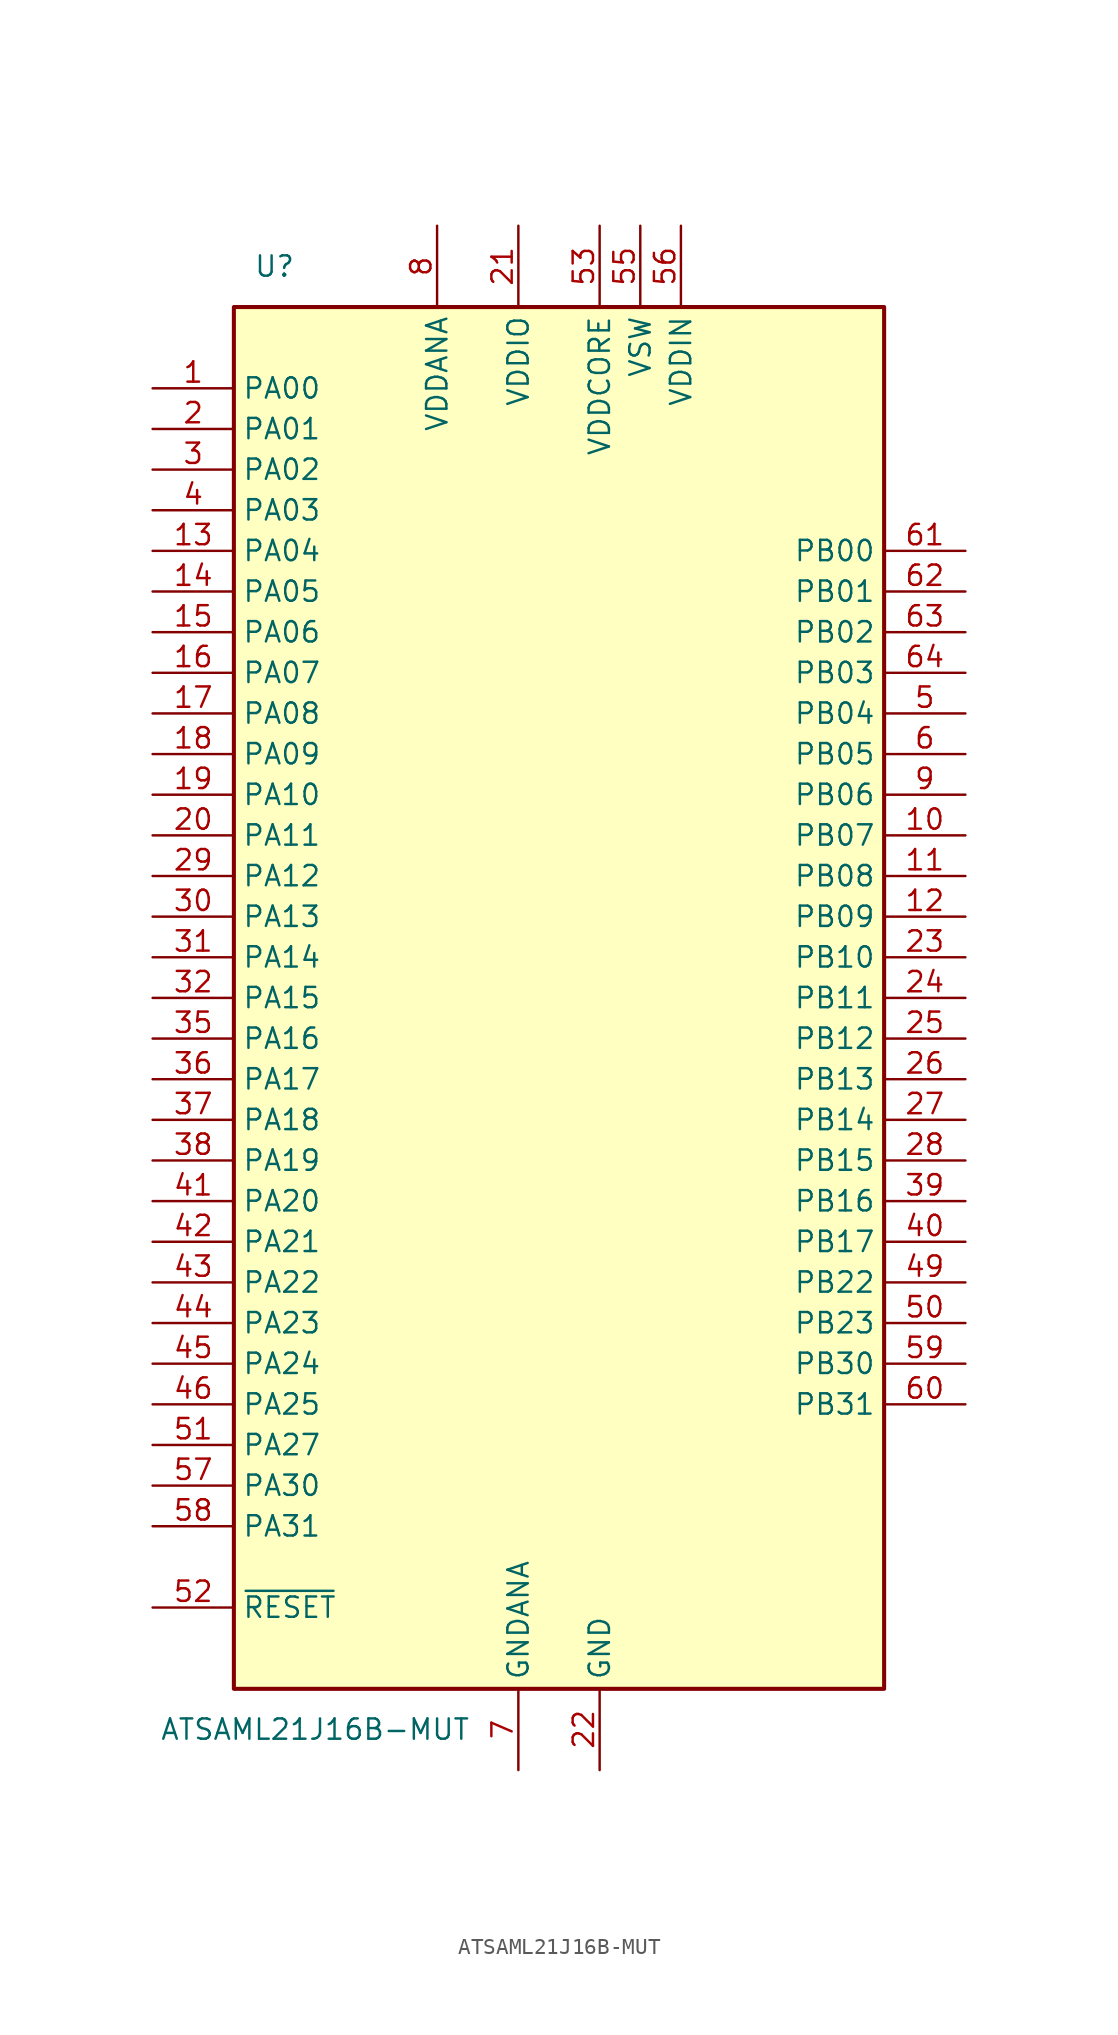
<source format=kicad_sym>
(kicad_symbol_lib
  (version 20201005)
  (generator kicad_symbol_editor)
  (symbol "MCU_Microchip_SAML:ATSAML21J16B-MUT"
    (property "Reference" "U"
      (at -17.78 45.72 0)
      (effects (font (size 1.27 1.27))))
    (property "Value" "ATSAML21J16B-MUT"
      (at -15.24 -45.72 0)
      (effects (font (size 1.27 1.27))))
    (symbol "ATSAML21J16B-MUT_0_1"
      (rectangle (start -20.32 43.18) (end 20.32 -43.18) (stroke (width 0.254)) (fill (type background))))
    (symbol "ATSAML21J16B-MUT_1_1"
      (pin bidirectional line (at -25.4 38.1 0) (length 5.08) (name "PA00" (effects (font (size 1.27 1.27)))) (number "1" (effects (font (size 1.27 1.27)))))
      (pin bidirectional line (at 25.4 10.16 180) (length 5.08) (name "PB07" (effects (font (size 1.27 1.27)))) (number "10" (effects (font (size 1.27 1.27)))))
      (pin bidirectional line (at 25.4 7.62 180) (length 5.08) (name "PB08" (effects (font (size 1.27 1.27)))) (number "11" (effects (font (size 1.27 1.27)))))
      (pin bidirectional line (at 25.4 5.08 180) (length 5.08) (name "PB09" (effects (font (size 1.27 1.27)))) (number "12" (effects (font (size 1.27 1.27)))))
      (pin bidirectional line (at -25.4 27.94 0) (length 5.08) (name "PA04" (effects (font (size 1.27 1.27)))) (number "13" (effects (font (size 1.27 1.27)))))
      (pin bidirectional line (at -25.4 25.4 0) (length 5.08) (name "PA05" (effects (font (size 1.27 1.27)))) (number "14" (effects (font (size 1.27 1.27)))))
      (pin bidirectional line (at -25.4 22.86 0) (length 5.08) (name "PA06" (effects (font (size 1.27 1.27)))) (number "15" (effects (font (size 1.27 1.27)))))
      (pin bidirectional line (at -25.4 20.32 0) (length 5.08) (name "PA07" (effects (font (size 1.27 1.27)))) (number "16" (effects (font (size 1.27 1.27)))))
      (pin bidirectional line (at -25.4 17.78 0) (length 5.08) (name "PA08" (effects (font (size 1.27 1.27)))) (number "17" (effects (font (size 1.27 1.27)))))
      (pin bidirectional line (at -25.4 15.24 0) (length 5.08) (name "PA09" (effects (font (size 1.27 1.27)))) (number "18" (effects (font (size 1.27 1.27)))))
      (pin bidirectional line (at -25.4 12.7 0) (length 5.08) (name "PA10" (effects (font (size 1.27 1.27)))) (number "19" (effects (font (size 1.27 1.27)))))
      (pin bidirectional line (at -25.4 35.56 0) (length 5.08) (name "PA01" (effects (font (size 1.27 1.27)))) (number "2" (effects (font (size 1.27 1.27)))))
      (pin bidirectional line (at -25.4 10.16 0) (length 5.08) (name "PA11" (effects (font (size 1.27 1.27)))) (number "20" (effects (font (size 1.27 1.27)))))
      (pin power_in line (at -2.54 48.26 270) (length 5.08) (name "VDDIO" (effects (font (size 1.27 1.27)))) (number "21" (effects (font (size 1.27 1.27)))))
      (pin power_in line (at 2.54 -48.26 90) (length 5.08) (name "GND" (effects (font (size 1.27 1.27)))) (number "22" (effects (font (size 1.27 1.27)))))
      (pin bidirectional line (at 25.4 2.54 180) (length 5.08) (name "PB10" (effects (font (size 1.27 1.27)))) (number "23" (effects (font (size 1.27 1.27)))))
      (pin bidirectional line (at 25.4 0 180) (length 5.08) (name "PB11" (effects (font (size 1.27 1.27)))) (number "24" (effects (font (size 1.27 1.27)))))
      (pin bidirectional line (at 25.4 -2.54 180) (length 5.08) (name "PB12" (effects (font (size 1.27 1.27)))) (number "25" (effects (font (size 1.27 1.27)))))
      (pin bidirectional line (at 25.4 -5.08 180) (length 5.08) (name "PB13" (effects (font (size 1.27 1.27)))) (number "26" (effects (font (size 1.27 1.27)))))
      (pin bidirectional line (at 25.4 -7.62 180) (length 5.08) (name "PB14" (effects (font (size 1.27 1.27)))) (number "27" (effects (font (size 1.27 1.27)))))
      (pin bidirectional line (at 25.4 -10.16 180) (length 5.08) (name "PB15" (effects (font (size 1.27 1.27)))) (number "28" (effects (font (size 1.27 1.27)))))
      (pin bidirectional line (at -25.4 7.62 0) (length 5.08) (name "PA12" (effects (font (size 1.27 1.27)))) (number "29" (effects (font (size 1.27 1.27)))))
      (pin bidirectional line (at -25.4 33.02 0) (length 5.08) (name "PA02" (effects (font (size 1.27 1.27)))) (number "3" (effects (font (size 1.27 1.27)))))
      (pin bidirectional line (at -25.4 5.08 0) (length 5.08) (name "PA13" (effects (font (size 1.27 1.27)))) (number "30" (effects (font (size 1.27 1.27)))))
      (pin bidirectional line (at -25.4 2.54 0) (length 5.08) (name "PA14" (effects (font (size 1.27 1.27)))) (number "31" (effects (font (size 1.27 1.27)))))
      (pin bidirectional line (at -25.4 0 0) (length 5.08) (name "PA15" (effects (font (size 1.27 1.27)))) (number "32" (effects (font (size 1.27 1.27)))))
      (pin passive line (at 2.54 -48.26 90) (length 5.08) hide (name "GND" (effects (font (size 1.27 1.27)))) (number "33" (effects (font (size 1.27 1.27)))))
      (pin passive line (at -2.54 48.26 270) (length 5.08) hide (name "VDDIO" (effects (font (size 1.27 1.27)))) (number "34" (effects (font (size 1.27 1.27)))))
      (pin bidirectional line (at -25.4 -2.54 0) (length 5.08) (name "PA16" (effects (font (size 1.27 1.27)))) (number "35" (effects (font (size 1.27 1.27)))))
      (pin bidirectional line (at -25.4 -5.08 0) (length 5.08) (name "PA17" (effects (font (size 1.27 1.27)))) (number "36" (effects (font (size 1.27 1.27)))))
      (pin bidirectional line (at -25.4 -7.62 0) (length 5.08) (name "PA18" (effects (font (size 1.27 1.27)))) (number "37" (effects (font (size 1.27 1.27)))))
      (pin bidirectional line (at -25.4 -10.16 0) (length 5.08) (name "PA19" (effects (font (size 1.27 1.27)))) (number "38" (effects (font (size 1.27 1.27)))))
      (pin bidirectional line (at 25.4 -12.7 180) (length 5.08) (name "PB16" (effects (font (size 1.27 1.27)))) (number "39" (effects (font (size 1.27 1.27)))))
      (pin bidirectional line (at -25.4 30.48 0) (length 5.08) (name "PA03" (effects (font (size 1.27 1.27)))) (number "4" (effects (font (size 1.27 1.27)))))
      (pin bidirectional line (at 25.4 -15.24 180) (length 5.08) (name "PB17" (effects (font (size 1.27 1.27)))) (number "40" (effects (font (size 1.27 1.27)))))
      (pin bidirectional line (at -25.4 -12.7 0) (length 5.08) (name "PA20" (effects (font (size 1.27 1.27)))) (number "41" (effects (font (size 1.27 1.27)))))
      (pin bidirectional line (at -25.4 -15.24 0) (length 5.08) (name "PA21" (effects (font (size 1.27 1.27)))) (number "42" (effects (font (size 1.27 1.27)))))
      (pin bidirectional line (at -25.4 -17.78 0) (length 5.08) (name "PA22" (effects (font (size 1.27 1.27)))) (number "43" (effects (font (size 1.27 1.27)))))
      (pin bidirectional line (at -25.4 -20.32 0) (length 5.08) (name "PA23" (effects (font (size 1.27 1.27)))) (number "44" (effects (font (size 1.27 1.27)))))
      (pin bidirectional line (at -25.4 -22.86 0) (length 5.08) (name "PA24" (effects (font (size 1.27 1.27)))) (number "45" (effects (font (size 1.27 1.27)))))
      (pin bidirectional line (at -25.4 -25.4 0) (length 5.08) (name "PA25" (effects (font (size 1.27 1.27)))) (number "46" (effects (font (size 1.27 1.27)))))
      (pin passive line (at 2.54 -48.26 90) (length 5.08) hide (name "GND" (effects (font (size 1.27 1.27)))) (number "47" (effects (font (size 1.27 1.27)))))
      (pin passive line (at -2.54 48.26 270) (length 5.08) hide (name "VDDIO" (effects (font (size 1.27 1.27)))) (number "48" (effects (font (size 1.27 1.27)))))
      (pin bidirectional line (at 25.4 -17.78 180) (length 5.08) (name "PB22" (effects (font (size 1.27 1.27)))) (number "49" (effects (font (size 1.27 1.27)))))
      (pin bidirectional line (at 25.4 17.78 180) (length 5.08) (name "PB04" (effects (font (size 1.27 1.27)))) (number "5" (effects (font (size 1.27 1.27)))))
      (pin bidirectional line (at 25.4 -20.32 180) (length 5.08) (name "PB23" (effects (font (size 1.27 1.27)))) (number "50" (effects (font (size 1.27 1.27)))))
      (pin bidirectional line (at -25.4 -27.94 0) (length 5.08) (name "PA27" (effects (font (size 1.27 1.27)))) (number "51" (effects (font (size 1.27 1.27)))))
      (pin input line (at -25.4 -38.1 0) (length 5.08) (name "~RESET" (effects (font (size 1.27 1.27)))) (number "52" (effects (font (size 1.27 1.27)))))
      (pin power_in line (at 2.54 48.26 270) (length 5.08) (name "VDDCORE" (effects (font (size 1.27 1.27)))) (number "53" (effects (font (size 1.27 1.27)))))
      (pin passive line (at 2.54 -48.26 90) (length 5.08) hide (name "GND" (effects (font (size 1.27 1.27)))) (number "54" (effects (font (size 1.27 1.27)))))
      (pin power_out line (at 5.08 48.26 270) (length 5.08) (name "VSW" (effects (font (size 1.27 1.27)))) (number "55" (effects (font (size 1.27 1.27)))))
      (pin power_in line (at 7.62 48.26 270) (length 5.08) (name "VDDIN" (effects (font (size 1.27 1.27)))) (number "56" (effects (font (size 1.27 1.27)))))
      (pin bidirectional line (at -25.4 -30.48 0) (length 5.08) (name "PA30" (effects (font (size 1.27 1.27)))) (number "57" (effects (font (size 1.27 1.27)))))
      (pin bidirectional line (at -25.4 -33.02 0) (length 5.08) (name "PA31" (effects (font (size 1.27 1.27)))) (number "58" (effects (font (size 1.27 1.27)))))
      (pin bidirectional line (at 25.4 -22.86 180) (length 5.08) (name "PB30" (effects (font (size 1.27 1.27)))) (number "59" (effects (font (size 1.27 1.27)))))
      (pin bidirectional line (at 25.4 15.24 180) (length 5.08) (name "PB05" (effects (font (size 1.27 1.27)))) (number "6" (effects (font (size 1.27 1.27)))))
      (pin bidirectional line (at 25.4 -25.4 180) (length 5.08) (name "PB31" (effects (font (size 1.27 1.27)))) (number "60" (effects (font (size 1.27 1.27)))))
      (pin bidirectional line (at 25.4 27.94 180) (length 5.08) (name "PB00" (effects (font (size 1.27 1.27)))) (number "61" (effects (font (size 1.27 1.27)))))
      (pin bidirectional line (at 25.4 25.4 180) (length 5.08) (name "PB01" (effects (font (size 1.27 1.27)))) (number "62" (effects (font (size 1.27 1.27)))))
      (pin bidirectional line (at 25.4 22.86 180) (length 5.08) (name "PB02" (effects (font (size 1.27 1.27)))) (number "63" (effects (font (size 1.27 1.27)))))
      (pin bidirectional line (at 25.4 20.32 180) (length 5.08) (name "PB03" (effects (font (size 1.27 1.27)))) (number "64" (effects (font (size 1.27 1.27)))))
      (pin power_in line (at -2.54 -48.26 90) (length 5.08) (name "GNDANA" (effects (font (size 1.27 1.27)))) (number "7" (effects (font (size 1.27 1.27)))))
      (pin power_in line (at -7.62 48.26 270) (length 5.08) (name "VDDANA" (effects (font (size 1.27 1.27)))) (number "8" (effects (font (size 1.27 1.27)))))
      (pin bidirectional line (at 25.4 12.7 180) (length 5.08) (name "PB06" (effects (font (size 1.27 1.27)))) (number "9" (effects (font (size 1.27 1.27))))))))
</source>
